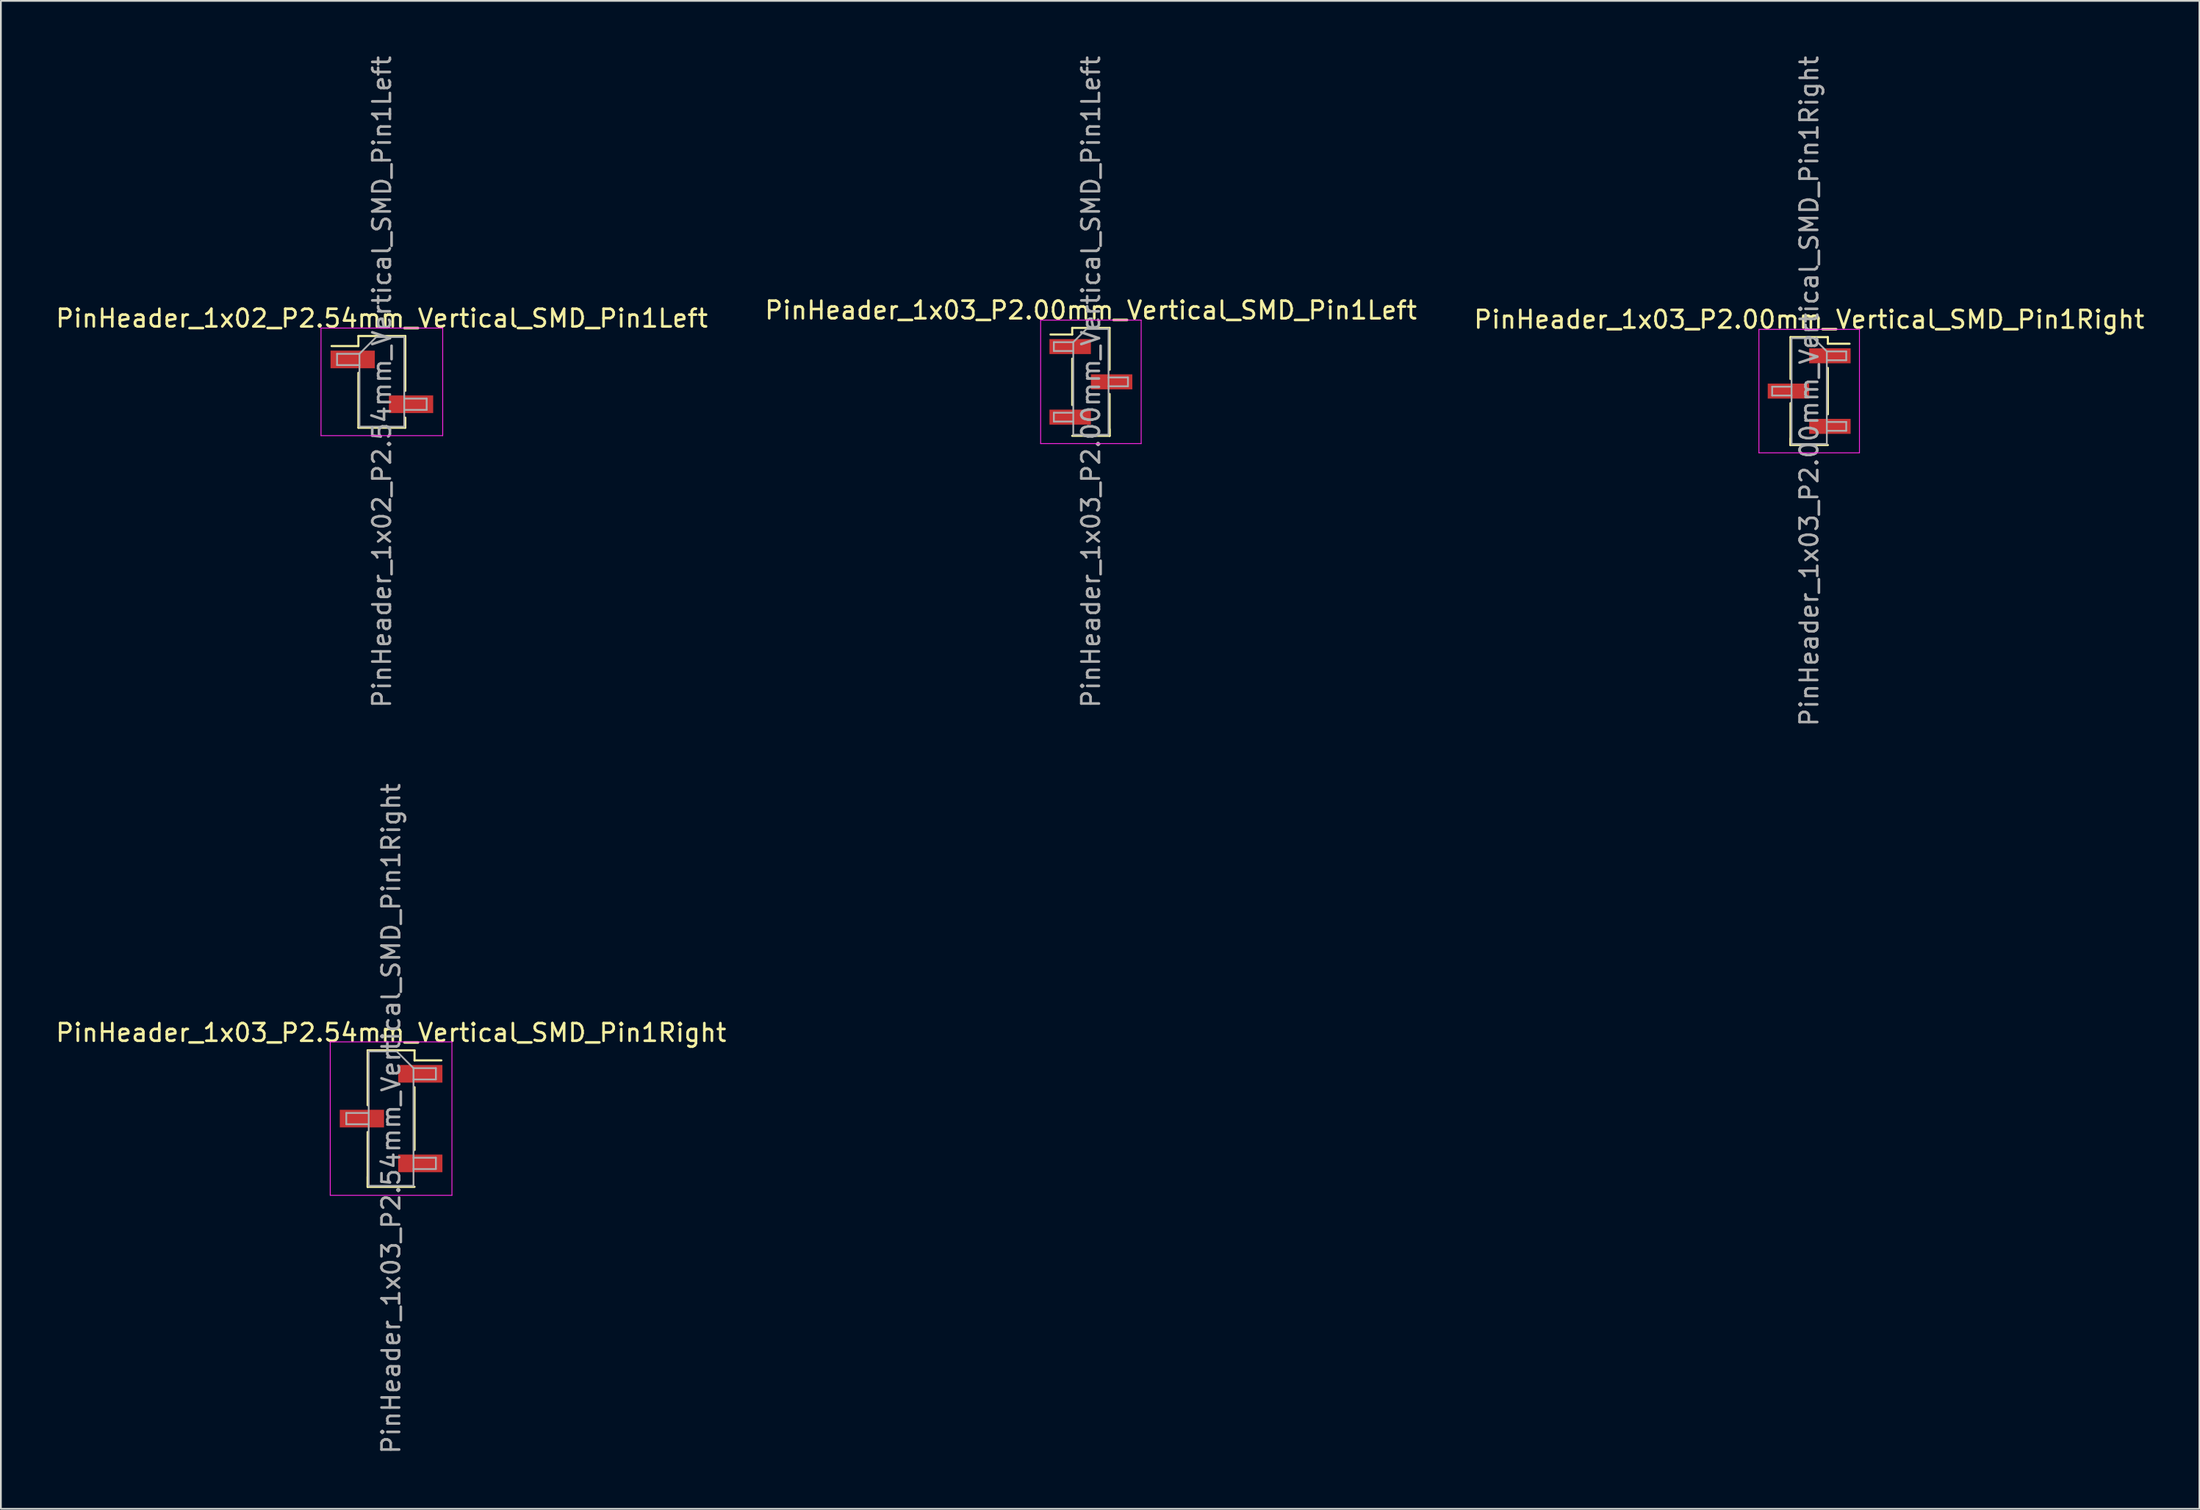
<source format=kicad_pcb>
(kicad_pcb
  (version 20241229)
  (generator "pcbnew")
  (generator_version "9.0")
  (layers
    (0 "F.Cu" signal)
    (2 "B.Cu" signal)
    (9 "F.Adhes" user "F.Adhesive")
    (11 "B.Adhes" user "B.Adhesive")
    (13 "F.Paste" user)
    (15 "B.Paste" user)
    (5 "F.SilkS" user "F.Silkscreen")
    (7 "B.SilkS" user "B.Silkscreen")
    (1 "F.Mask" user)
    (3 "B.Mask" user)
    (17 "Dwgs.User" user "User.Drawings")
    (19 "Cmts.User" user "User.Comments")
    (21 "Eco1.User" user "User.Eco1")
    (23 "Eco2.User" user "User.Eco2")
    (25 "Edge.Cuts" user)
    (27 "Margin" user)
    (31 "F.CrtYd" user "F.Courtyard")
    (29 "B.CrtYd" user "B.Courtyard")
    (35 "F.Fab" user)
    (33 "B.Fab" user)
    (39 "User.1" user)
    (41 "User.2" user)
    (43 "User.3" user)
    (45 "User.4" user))
  (footprint "PinHeader_1x03_P2.54mm_Vertical_SMD_Pin1Right"
    (layer "F.Cu")
    (at 19.125 60.375)
    (property "Reference" "PinHeader_1x03_P2.54mm_Vertical_SMD_Pin1Right" (at 0 -4.87 0) (layer "F.SilkS") (effects (font (size 1 1) (thickness 0.15))))
    (attr smd)
    (fp_line (start -1.33 -3.87) (end -1.33 -0.76) (stroke (width 0.12) (type solid)) (layer "F.SilkS"))
    (fp_line (start -1.33 -3.87) (end 1.33 -3.87) (stroke (width 0.12) (type solid)) (layer "F.SilkS"))
    (fp_line (start -1.33 0.76) (end -1.33 3.87) (stroke (width 0.12) (type solid)) (layer "F.SilkS"))
    (fp_line (start -1.33 3.3) (end -1.33 3.87) (stroke (width 0.12) (type solid)) (layer "F.SilkS"))
    (fp_line (start -1.33 3.87) (end 1.33 3.87) (stroke (width 0.12) (type solid)) (layer "F.SilkS"))
    (fp_line (start 1.33 -3.87) (end 1.33 -3.3) (stroke (width 0.12) (type solid)) (layer "F.SilkS"))
    (fp_line (start 1.33 -3.3) (end 2.85 -3.3) (stroke (width 0.12) (type solid)) (layer "F.SilkS"))
    (fp_line (start 1.33 -1.78) (end 1.33 1.78) (stroke (width 0.12) (type solid)) (layer "F.SilkS"))
    (fp_line (start -3.45 -4.35) (end -3.45 4.35) (stroke (width 0.05) (type solid)) (layer "F.CrtYd"))
    (fp_line (start -3.45 4.35) (end 3.45 4.35) (stroke (width 0.05) (type solid)) (layer "F.CrtYd"))
    (fp_line (start 3.45 -4.35) (end -3.45 -4.35) (stroke (width 0.05) (type solid)) (layer "F.CrtYd"))
    (fp_line (start 3.45 4.35) (end 3.45 -4.35) (stroke (width 0.05) (type solid)) (layer "F.CrtYd"))
    (fp_line (start -2.54 -0.32) (end -2.54 0.32) (stroke (width 0.1) (type solid)) (layer "F.Fab"))
    (fp_line (start -2.54 0.32) (end -1.27 0.32) (stroke (width 0.1) (type solid)) (layer "F.Fab"))
    (fp_line (start -1.27 -3.81) (end -1.27 3.81) (stroke (width 0.1) (type solid)) (layer "F.Fab"))
    (fp_line (start -1.27 -3.81) (end 0.32 -3.81) (stroke (width 0.1) (type solid)) (layer "F.Fab"))
    (fp_line (start -1.27 -0.32) (end -2.54 -0.32) (stroke (width 0.1) (type solid)) (layer "F.Fab"))
    (fp_line (start 1.27 -2.86) (end 0.32 -3.81) (stroke (width 0.1) (type solid)) (layer "F.Fab"))
    (fp_line (start 1.27 -2.86) (end 2.54 -2.86) (stroke (width 0.1) (type solid)) (layer "F.Fab"))
    (fp_line (start 1.27 2.22) (end 2.54 2.22) (stroke (width 0.1) (type solid)) (layer "F.Fab"))
    (fp_line (start 1.27 3.81) (end -1.27 3.81) (stroke (width 0.1) (type solid)) (layer "F.Fab"))
    (fp_line (start 1.27 3.81) (end 1.27 -2.86) (stroke (width 0.1) (type solid)) (layer "F.Fab"))
    (fp_line (start 2.54 -2.86) (end 2.54 -2.22) (stroke (width 0.1) (type solid)) (layer "F.Fab"))
    (fp_line (start 2.54 -2.22) (end 1.27 -2.22) (stroke (width 0.1) (type solid)) (layer "F.Fab"))
    (fp_line (start 2.54 2.22) (end 2.54 2.86) (stroke (width 0.1) (type solid)) (layer "F.Fab"))
    (fp_line (start 2.54 2.86) (end 1.27 2.86) (stroke (width 0.1) (type solid)) (layer "F.Fab"))
    (fp_text user "${REFERENCE}" (at 0 0 90) (layer "F.Fab") (effects (font (size 1 1) (thickness 0.15))))
    (pad "1" smd rect (at 1.655 -2.54) (size 2.51 1) (layers "F.Cu" "F.Mask" "F.Paste"))
    (pad "2" smd rect (at -1.655 0) (size 2.51 1) (layers "F.Cu" "F.Mask" "F.Paste"))
    (pad "3" smd rect (at 1.655 2.54) (size 2.51 1) (layers "F.Cu" "F.Mask" "F.Paste")))
  (footprint "PinHeader_1x03_P2.00mm_Vertical_SMD_Pin1Left"
    (layer "F.Cu")
    (at 58.804 18.601)
    (property "Reference" "PinHeader_1x03_P2.00mm_Vertical_SMD_Pin1Left" (at 0 -4.06 0) (layer "F.SilkS") (effects (font (size 1 1) (thickness 0.15))))
    (attr smd)
    (fp_line (start -1.06 -3.06) (end -1.06 -2.685) (stroke (width 0.12) (type solid)) (layer "F.SilkS"))
    (fp_line (start -1.06 -3.06) (end 1.06 -3.06) (stroke (width 0.12) (type solid)) (layer "F.SilkS"))
    (fp_line (start -1.06 -2.685) (end -2.29 -2.685) (stroke (width 0.12) (type solid)) (layer "F.SilkS"))
    (fp_line (start -1.06 -1.315) (end -1.06 1.315) (stroke (width 0.12) (type solid)) (layer "F.SilkS"))
    (fp_line (start -1.06 3.06) (end 1.06 3.06) (stroke (width 0.12) (type solid)) (layer "F.SilkS"))
    (fp_line (start 1.06 -3.06) (end 1.06 -0.685) (stroke (width 0.12) (type solid)) (layer "F.SilkS"))
    (fp_line (start 1.06 0.685) (end 1.06 3.06) (stroke (width 0.12) (type solid)) (layer "F.SilkS"))
    (fp_line (start 1.06 2.685) (end 1.06 3.06) (stroke (width 0.12) (type solid)) (layer "F.SilkS"))
    (fp_line (start -2.85 -3.5) (end -2.85 3.5) (stroke (width 0.05) (type solid)) (layer "F.CrtYd"))
    (fp_line (start -2.85 3.5) (end 2.85 3.5) (stroke (width 0.05) (type solid)) (layer "F.CrtYd"))
    (fp_line (start 2.85 -3.5) (end -2.85 -3.5) (stroke (width 0.05) (type solid)) (layer "F.CrtYd"))
    (fp_line (start 2.85 3.5) (end 2.85 -3.5) (stroke (width 0.05) (type solid)) (layer "F.CrtYd"))
    (fp_line (start -2.1 -2.25) (end -2.1 -1.75) (stroke (width 0.1) (type solid)) (layer "F.Fab"))
    (fp_line (start -2.1 -1.75) (end -1 -1.75) (stroke (width 0.1) (type solid)) (layer "F.Fab"))
    (fp_line (start -2.1 1.75) (end -2.1 2.25) (stroke (width 0.1) (type solid)) (layer "F.Fab"))
    (fp_line (start -2.1 2.25) (end -1 2.25) (stroke (width 0.1) (type solid)) (layer "F.Fab"))
    (fp_line (start -1 -2.25) (end -2.1 -2.25) (stroke (width 0.1) (type solid)) (layer "F.Fab"))
    (fp_line (start -1 -2.25) (end -0.25 -3) (stroke (width 0.1) (type solid)) (layer "F.Fab"))
    (fp_line (start -1 1.75) (end -2.1 1.75) (stroke (width 0.1) (type solid)) (layer "F.Fab"))
    (fp_line (start -1 3) (end -1 -2.25) (stroke (width 0.1) (type solid)) (layer "F.Fab"))
    (fp_line (start -0.25 -3) (end 1 -3) (stroke (width 0.1) (type solid)) (layer "F.Fab"))
    (fp_line (start 1 -3) (end 1 3) (stroke (width 0.1) (type solid)) (layer "F.Fab"))
    (fp_line (start 1 -0.25) (end 2.1 -0.25) (stroke (width 0.1) (type solid)) (layer "F.Fab"))
    (fp_line (start 1 3) (end -1 3) (stroke (width 0.1) (type solid)) (layer "F.Fab"))
    (fp_line (start 2.1 -0.25) (end 2.1 0.25) (stroke (width 0.1) (type solid)) (layer "F.Fab"))
    (fp_line (start 2.1 0.25) (end 1 0.25) (stroke (width 0.1) (type solid)) (layer "F.Fab"))
    (fp_text user "${REFERENCE}" (at 0 0 90) (layer "F.Fab") (effects (font (size 1 1) (thickness 0.15))))
    (pad "1" smd rect (at -1.175 -2) (size 2.35 0.85) (layers "F.Cu" "F.Mask" "F.Paste"))
    (pad "2" smd rect (at 1.175 0) (size 2.35 0.85) (layers "F.Cu" "F.Mask" "F.Paste"))
    (pad "3" smd rect (at -1.175 2) (size 2.35 0.85) (layers "F.Cu" "F.Mask" "F.Paste")))
  (footprint "PinHeader_1x02_P2.54mm_Vertical_SMD_Pin1Left"
    (layer "F.Cu")
    (at 18.601 18.601)
    (property "Reference" "PinHeader_1x02_P2.54mm_Vertical_SMD_Pin1Left" (at 0 -3.6 0) (layer "F.SilkS") (effects (font (size 1 1) (thickness 0.15))))
    (attr smd)
    (fp_line (start -1.33 -2.6) (end -1.33 -2.03) (stroke (width 0.12) (type solid)) (layer "F.SilkS"))
    (fp_line (start -1.33 -2.6) (end 1.33 -2.6) (stroke (width 0.12) (type solid)) (layer "F.SilkS"))
    (fp_line (start -1.33 -2.03) (end -2.85 -2.03) (stroke (width 0.12) (type solid)) (layer "F.SilkS"))
    (fp_line (start -1.33 -0.51) (end -1.33 2.6) (stroke (width 0.12) (type solid)) (layer "F.SilkS"))
    (fp_line (start -1.33 2.6) (end 1.33 2.6) (stroke (width 0.12) (type solid)) (layer "F.SilkS"))
    (fp_line (start 1.33 -2.6) (end 1.33 0.51) (stroke (width 0.12) (type solid)) (layer "F.SilkS"))
    (fp_line (start 1.33 2.03) (end 1.33 2.6) (stroke (width 0.12) (type solid)) (layer "F.SilkS"))
    (fp_line (start -3.45 -3.05) (end -3.45 3.05) (stroke (width 0.05) (type solid)) (layer "F.CrtYd"))
    (fp_line (start -3.45 3.05) (end 3.45 3.05) (stroke (width 0.05) (type solid)) (layer "F.CrtYd"))
    (fp_line (start 3.45 -3.05) (end -3.45 -3.05) (stroke (width 0.05) (type solid)) (layer "F.CrtYd"))
    (fp_line (start 3.45 3.05) (end 3.45 -3.05) (stroke (width 0.05) (type solid)) (layer "F.CrtYd"))
    (fp_line (start -2.54 -1.59) (end -2.54 -0.95) (stroke (width 0.1) (type solid)) (layer "F.Fab"))
    (fp_line (start -2.54 -0.95) (end -1.27 -0.95) (stroke (width 0.1) (type solid)) (layer "F.Fab"))
    (fp_line (start -1.27 -1.59) (end -2.54 -1.59) (stroke (width 0.1) (type solid)) (layer "F.Fab"))
    (fp_line (start -1.27 -1.59) (end -0.32 -2.54) (stroke (width 0.1) (type solid)) (layer "F.Fab"))
    (fp_line (start -1.27 2.54) (end -1.27 -1.59) (stroke (width 0.1) (type solid)) (layer "F.Fab"))
    (fp_line (start -0.32 -2.54) (end 1.27 -2.54) (stroke (width 0.1) (type solid)) (layer "F.Fab"))
    (fp_line (start 1.27 -2.54) (end 1.27 2.54) (stroke (width 0.1) (type solid)) (layer "F.Fab"))
    (fp_line (start 1.27 0.95) (end 2.54 0.95) (stroke (width 0.1) (type solid)) (layer "F.Fab"))
    (fp_line (start 1.27 2.54) (end -1.27 2.54) (stroke (width 0.1) (type solid)) (layer "F.Fab"))
    (fp_line (start 2.54 0.95) (end 2.54 1.59) (stroke (width 0.1) (type solid)) (layer "F.Fab"))
    (fp_line (start 2.54 1.59) (end 1.27 1.59) (stroke (width 0.1) (type solid)) (layer "F.Fab"))
    (fp_text user "${REFERENCE}" (at 0 0 90) (layer "F.Fab") (effects (font (size 1 1) (thickness 0.15))))
    (pad "1" smd rect (at -1.655 -1.27) (size 2.51 1) (layers "F.Cu" "F.Mask" "F.Paste"))
    (pad "2" smd rect (at 1.655 1.27) (size 2.51 1) (layers "F.Cu" "F.Mask" "F.Paste")))
  (footprint "PinHeader_1x03_P2.00mm_Vertical_SMD_Pin1Right"
    (layer "F.Cu")
    (at 99.53 19.125)
    (property "Reference" "PinHeader_1x03_P2.00mm_Vertical_SMD_Pin1Right" (at 0 -4.06 0) (layer "F.SilkS") (effects (font (size 1 1) (thickness 0.15))))
    (attr smd)
    (fp_line (start -1.06 -3.06) (end -1.06 -0.685) (stroke (width 0.12) (type solid)) (layer "F.SilkS"))
    (fp_line (start -1.06 -3.06) (end 1.06 -3.06) (stroke (width 0.12) (type solid)) (layer "F.SilkS"))
    (fp_line (start -1.06 0.685) (end -1.06 3.06) (stroke (width 0.12) (type solid)) (layer "F.SilkS"))
    (fp_line (start -1.06 2.685) (end -1.06 3.06) (stroke (width 0.12) (type solid)) (layer "F.SilkS"))
    (fp_line (start -1.06 3.06) (end 1.06 3.06) (stroke (width 0.12) (type solid)) (layer "F.SilkS"))
    (fp_line (start 1.06 -3.06) (end 1.06 -2.685) (stroke (width 0.12) (type solid)) (layer "F.SilkS"))
    (fp_line (start 1.06 -2.685) (end 2.29 -2.685) (stroke (width 0.12) (type solid)) (layer "F.SilkS"))
    (fp_line (start 1.06 -1.315) (end 1.06 1.315) (stroke (width 0.12) (type solid)) (layer "F.SilkS"))
    (fp_line (start -2.85 -3.5) (end -2.85 3.5) (stroke (width 0.05) (type solid)) (layer "F.CrtYd"))
    (fp_line (start -2.85 3.5) (end 2.85 3.5) (stroke (width 0.05) (type solid)) (layer "F.CrtYd"))
    (fp_line (start 2.85 -3.5) (end -2.85 -3.5) (stroke (width 0.05) (type solid)) (layer "F.CrtYd"))
    (fp_line (start 2.85 3.5) (end 2.85 -3.5) (stroke (width 0.05) (type solid)) (layer "F.CrtYd"))
    (fp_line (start -2.1 -0.25) (end -2.1 0.25) (stroke (width 0.1) (type solid)) (layer "F.Fab"))
    (fp_line (start -2.1 0.25) (end -1 0.25) (stroke (width 0.1) (type solid)) (layer "F.Fab"))
    (fp_line (start -1 -3) (end -1 3) (stroke (width 0.1) (type solid)) (layer "F.Fab"))
    (fp_line (start -1 -3) (end 0.25 -3) (stroke (width 0.1) (type solid)) (layer "F.Fab"))
    (fp_line (start -1 -0.25) (end -2.1 -0.25) (stroke (width 0.1) (type solid)) (layer "F.Fab"))
    (fp_line (start 1 -2.25) (end 0.25 -3) (stroke (width 0.1) (type solid)) (layer "F.Fab"))
    (fp_line (start 1 -2.25) (end 2.1 -2.25) (stroke (width 0.1) (type solid)) (layer "F.Fab"))
    (fp_line (start 1 1.75) (end 2.1 1.75) (stroke (width 0.1) (type solid)) (layer "F.Fab"))
    (fp_line (start 1 3) (end -1 3) (stroke (width 0.1) (type solid)) (layer "F.Fab"))
    (fp_line (start 1 3) (end 1 -2.25) (stroke (width 0.1) (type solid)) (layer "F.Fab"))
    (fp_line (start 2.1 -2.25) (end 2.1 -1.75) (stroke (width 0.1) (type solid)) (layer "F.Fab"))
    (fp_line (start 2.1 -1.75) (end 1 -1.75) (stroke (width 0.1) (type solid)) (layer "F.Fab"))
    (fp_line (start 2.1 1.75) (end 2.1 2.25) (stroke (width 0.1) (type solid)) (layer "F.Fab"))
    (fp_line (start 2.1 2.25) (end 1 2.25) (stroke (width 0.1) (type solid)) (layer "F.Fab"))
    (fp_text user "${REFERENCE}" (at 0 0 90) (layer "F.Fab") (effects (font (size 1 1) (thickness 0.15))))
    (pad "1" smd rect (at 1.175 -2) (size 2.35 0.85) (layers "F.Cu" "F.Mask" "F.Paste"))
    (pad "2" smd rect (at -1.175 0) (size 2.35 0.85) (layers "F.Cu" "F.Mask" "F.Paste"))
    (pad "3" smd rect (at 1.175 2) (size 2.35 0.85) (layers "F.Cu" "F.Mask" "F.Paste")))
  (gr_rect
    (start -3 -3)
    (end 121.655 82.5)
    (stroke (width 0.1) (type default))
    (fill no)
    (layer "Edge.Cuts")))
</source>
